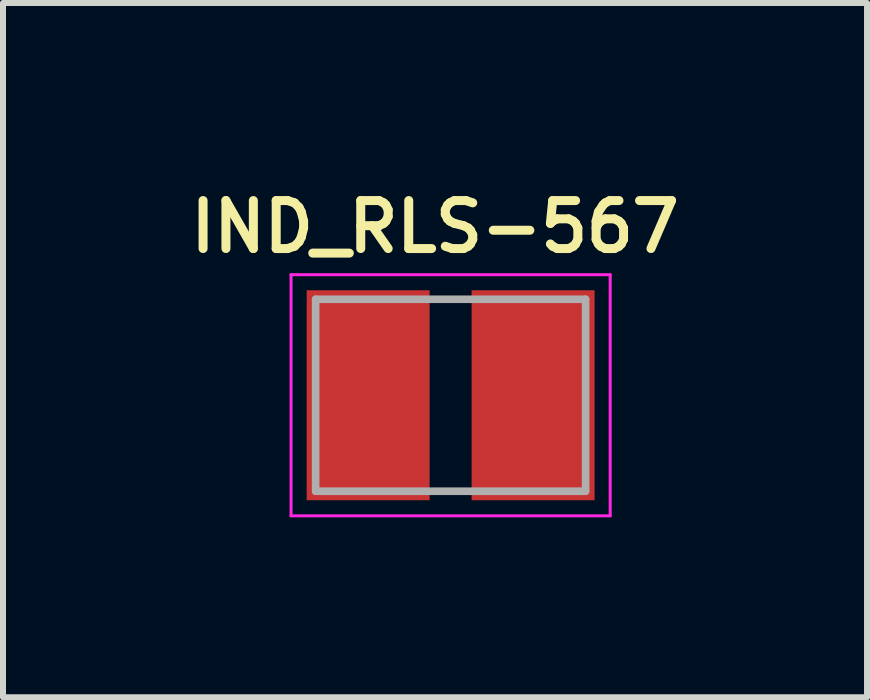
<source format=kicad_pcb>
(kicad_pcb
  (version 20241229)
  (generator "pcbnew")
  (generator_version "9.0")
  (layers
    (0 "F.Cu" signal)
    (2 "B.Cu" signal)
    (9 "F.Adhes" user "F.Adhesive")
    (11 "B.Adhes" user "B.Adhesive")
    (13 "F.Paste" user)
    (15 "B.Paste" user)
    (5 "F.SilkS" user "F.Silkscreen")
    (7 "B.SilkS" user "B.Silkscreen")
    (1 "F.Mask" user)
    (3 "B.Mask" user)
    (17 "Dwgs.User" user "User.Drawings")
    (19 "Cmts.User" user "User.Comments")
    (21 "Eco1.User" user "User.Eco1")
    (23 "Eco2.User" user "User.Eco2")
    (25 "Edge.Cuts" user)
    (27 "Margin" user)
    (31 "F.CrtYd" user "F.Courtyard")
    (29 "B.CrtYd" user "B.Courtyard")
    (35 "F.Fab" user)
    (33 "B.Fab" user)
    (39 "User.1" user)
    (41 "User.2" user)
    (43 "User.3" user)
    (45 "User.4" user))
  (footprint "IND_RLS-567"
    (layer "F.Cu")
    (at 4.462 3.539)
    (property "Reference" "IND_RLS-567" (at -0.26 -2.808 0) (layer "F.SilkS") (effects (font (size 0.8 0.8) (thickness 0.15))))
    (attr smd)
    (fp_line (start -2.66 -2.01) (end 2.66 -2.01) (stroke (width 0.05) (type solid)) (layer "F.CrtYd"))
    (fp_line (start -2.66 2.01) (end -2.66 -2.01) (stroke (width 0.05) (type solid)) (layer "F.CrtYd"))
    (fp_line (start 2.66 -2.01) (end 2.66 2.01) (stroke (width 0.05) (type solid)) (layer "F.CrtYd"))
    (fp_line (start 2.66 2.01) (end -2.66 2.01) (stroke (width 0.05) (type solid)) (layer "F.CrtYd"))
    (fp_line (start -2.25 -1.6) (end 2.25 -1.6) (stroke (width 0.127) (type solid)) (layer "F.Fab"))
    (fp_line (start -2.25 1.6) (end -2.25 -1.6) (stroke (width 0.127) (type solid)) (layer "F.Fab"))
    (fp_line (start 2.25 -1.6) (end 2.25 1.6) (stroke (width 0.127) (type solid)) (layer "F.Fab"))
    (fp_line (start 2.25 1.6) (end -2.25 1.6) (stroke (width 0.127) (type solid)) (layer "F.Fab"))
    (pad "1" smd rect (at -1.375 0) (size 2.05 3.5) (layers "F.Cu" "F.Mask" "F.Paste"))
    (pad "2" smd rect (at 1.375 0) (size 2.05 3.5) (layers "F.Cu" "F.Mask" "F.Paste")))
  (gr_rect
    (start -3 -3)
    (end 11.404 8.574)
    (stroke (width 0.1) (type default))
    (fill no)
    (layer "Edge.Cuts")))
</source>
